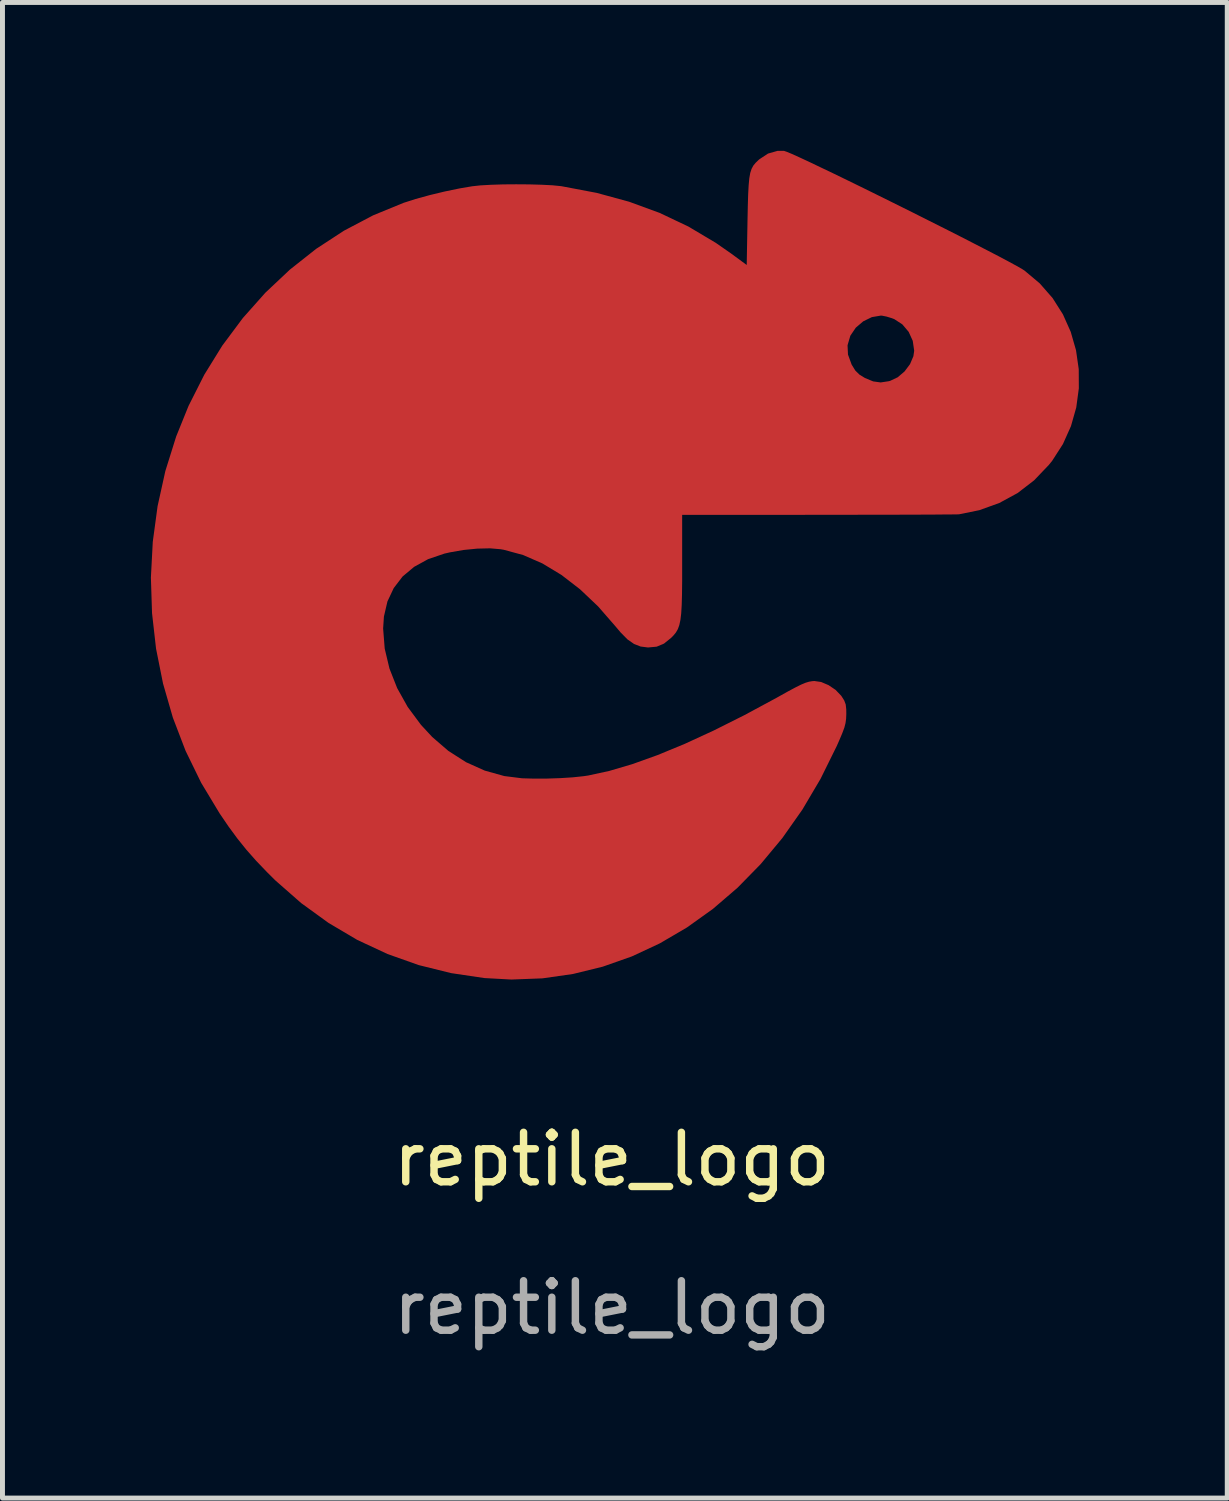
<source format=kicad_pcb>
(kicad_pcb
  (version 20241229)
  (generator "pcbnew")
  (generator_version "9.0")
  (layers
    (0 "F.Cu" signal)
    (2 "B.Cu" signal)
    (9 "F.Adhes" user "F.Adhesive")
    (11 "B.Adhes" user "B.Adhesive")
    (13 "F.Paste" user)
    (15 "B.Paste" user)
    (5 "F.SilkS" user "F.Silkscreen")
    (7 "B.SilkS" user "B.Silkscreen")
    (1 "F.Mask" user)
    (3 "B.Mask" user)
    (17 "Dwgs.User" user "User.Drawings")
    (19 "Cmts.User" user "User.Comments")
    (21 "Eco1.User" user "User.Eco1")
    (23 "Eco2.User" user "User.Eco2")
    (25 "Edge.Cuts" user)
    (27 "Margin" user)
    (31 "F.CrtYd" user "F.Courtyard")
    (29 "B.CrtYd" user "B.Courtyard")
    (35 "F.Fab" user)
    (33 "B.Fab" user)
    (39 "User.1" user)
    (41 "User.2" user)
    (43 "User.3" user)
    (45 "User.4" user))
  (footprint "reptile_logo"
    (layer "F.Cu")
    (at 9.318 20.882)
    (property "Reference" "reptile_logo" (at 0 -0.5 0) (unlocked yes) (layer "F.SilkS") (effects (font (size 1 1) (thickness 0.15))))
    (attr smd)
    (fp_poly (pts (xy 3.48 -20.882) (xy 3.533 -20.864) (xy 3.64 -20.82) (xy 3.794 -20.75) (xy 3.99 -20.659) (xy 4.222 -20.548) (xy 4.486 -20.422) (xy 4.774 -20.282) (xy 5.083 -20.131) (xy 5.405 -19.972) (xy 5.736 -19.808) (xy 6.07 -19.642) (xy 6.402 -19.475) (xy 6.725 -19.313) (xy 7.035 -19.156) (xy 7.325 -19.007) (xy 7.591 -18.87) (xy 7.826 -18.748) (xy 8.025 -18.642) (xy 8.183 -18.556) (xy 8.293 -18.493) (xy 8.341 -18.462) (xy 8.648 -18.204) (xy 8.907 -17.908) (xy 9.116 -17.579) (xy 9.274 -17.225) (xy 9.381 -16.853) (xy 9.436 -16.47) (xy 9.438 -16.082) (xy 9.386 -15.696) (xy 9.279 -15.319) (xy 9.117 -14.957) (xy 8.899 -14.618) (xy 8.833 -14.536) (xy 8.534 -14.223) (xy 8.2 -13.966) (xy 7.83 -13.765) (xy 7.427 -13.62) (xy 7.019 -13.537) (xy 6.976 -13.535) (xy 6.873 -13.534) (xy 6.713 -13.533) (xy 6.502 -13.531) (xy 6.246 -13.53) (xy 5.948 -13.529) (xy 5.614 -13.528) (xy 5.248 -13.528) (xy 4.857 -13.527) (xy 4.444 -13.527) (xy 4.187 -13.526) (xy 1.42 -13.525) (xy 1.42 -12.507) (xy 1.42 -12.183) (xy 1.417 -11.918) (xy 1.411 -11.704) (xy 1.401 -11.534) (xy 1.385 -11.401) (xy 1.363 -11.298) (xy 1.333 -11.216) (xy 1.295 -11.149) (xy 1.246 -11.089) (xy 1.198 -11.04) (xy 1.053 -10.923) (xy 0.905 -10.861) (xy 0.733 -10.845) (xy 0.728 -10.845) (xy 0.58 -10.864) (xy 0.447 -10.916) (xy 0.315 -11.008) (xy 0.176 -11.149) (xy 0.073 -11.271) (xy -0.278 -11.674) (xy -0.644 -12.021) (xy -1.02 -12.311) (xy -1.404 -12.543) (xy -1.793 -12.713) (xy -2.183 -12.819) (xy -2.251 -12.831) (xy -2.465 -12.849) (xy -2.721 -12.843) (xy -2.996 -12.816) (xy -3.272 -12.768) (xy -3.386 -12.742) (xy -3.715 -12.63) (xy -3.997 -12.475) (xy -4.23 -12.28) (xy -4.41 -12.045) (xy -4.537 -11.775) (xy -4.608 -11.47) (xy -4.624 -11.228) (xy -4.592 -10.822) (xy -4.496 -10.419) (xy -4.34 -10.023) (xy -4.127 -9.642) (xy -3.859 -9.281) (xy -3.632 -9.036) (xy -3.305 -8.754) (xy -2.948 -8.526) (xy -2.57 -8.356) (xy -2.175 -8.246) (xy -1.817 -8.201) (xy -1.577 -8.194) (xy -1.312 -8.195) (xy -1.044 -8.204) (xy -0.792 -8.22) (xy -0.575 -8.243) (xy -0.479 -8.257) (xy -0.055 -8.349) (xy 0.413 -8.487) (xy 0.923 -8.67) (xy 1.471 -8.896) (xy 2.057 -9.166) (xy 2.676 -9.476) (xy 3.327 -9.827) (xy 3.359 -9.845) (xy 3.558 -9.956) (xy 3.709 -10.037) (xy 3.824 -10.094) (xy 3.912 -10.131) (xy 3.984 -10.153) (xy 4.05 -10.164) (xy 4.092 -10.167) (xy 4.23 -10.147) (xy 4.38 -10.083) (xy 4.522 -9.987) (xy 4.635 -9.869) (xy 4.64 -9.862) (xy 4.696 -9.774) (xy 4.726 -9.693) (xy 4.737 -9.594) (xy 4.738 -9.5) (xy 4.734 -9.404) (xy 4.722 -9.316) (xy 4.698 -9.223) (xy 4.655 -9.108) (xy 4.591 -8.957) (xy 4.545 -8.853) (xy 4.217 -8.189) (xy 3.85 -7.568) (xy 3.446 -6.994) (xy 3.008 -6.467) (xy 2.539 -5.988) (xy 2.042 -5.561) (xy 1.518 -5.186) (xy 0.97 -4.865) (xy 0.402 -4.6) (xy -0.185 -4.393) (xy -0.788 -4.245) (xy -1.404 -4.157) (xy -2.031 -4.133) (xy -2.578 -4.163) (xy -3.251 -4.263) (xy -3.904 -4.425) (xy -4.536 -4.649) (xy -5.145 -4.933) (xy -5.727 -5.277) (xy -6.28 -5.678) (xy -6.803 -6.137) (xy -6.967 -6.3) (xy -7.194 -6.537) (xy -7.389 -6.758) (xy -7.569 -6.982) (xy -7.75 -7.228) (xy -7.929 -7.491) (xy -8.302 -8.11) (xy -8.617 -8.756) (xy -8.874 -9.427) (xy -9.073 -10.117) (xy -9.214 -10.822) (xy -9.295 -11.538) (xy -9.318 -12.259) (xy -9.28 -12.981) (xy -9.183 -13.7) (xy -9.026 -14.411) (xy -8.807 -15.11) (xy -8.557 -15.728) (xy -8.24 -16.356) (xy -7.874 -16.948) (xy -7.87 -16.953) (xy 4.763 -16.953) (xy 4.772 -16.765) (xy 4.844 -16.568) (xy 4.848 -16.559) (xy 4.921 -16.441) (xy 5.005 -16.359) (xy 5.116 -16.291) (xy 5.281 -16.223) (xy 5.432 -16.202) (xy 5.598 -16.227) (xy 5.624 -16.234) (xy 5.778 -16.307) (xy 5.916 -16.425) (xy 6.026 -16.572) (xy 6.094 -16.732) (xy 6.11 -16.843) (xy 6.081 -17.043) (xy 5.998 -17.225) (xy 5.87 -17.376) (xy 5.707 -17.482) (xy 5.657 -17.501) (xy 5.552 -17.533) (xy 5.463 -17.551) (xy 5.436 -17.553) (xy 5.254 -17.522) (xy 5.08 -17.437) (xy 4.93 -17.309) (xy 4.822 -17.15) (xy 4.818 -17.141) (xy 4.763 -16.953) (xy -7.87 -16.953) (xy -7.46 -17.503) (xy -7.004 -18.016) (xy -6.508 -18.483) (xy -5.978 -18.902) (xy -5.416 -19.269) (xy -4.825 -19.58) (xy -4.211 -19.832) (xy -3.967 -19.91) (xy -3.68 -19.989) (xy -3.376 -20.062) (xy -3.077 -20.124) (xy -2.824 -20.167) (xy -2.658 -20.185) (xy -2.444 -20.197) (xy -2.197 -20.205) (xy -1.934 -20.207) (xy -1.67 -20.205) (xy -1.421 -20.198) (xy -1.203 -20.187) (xy -1.032 -20.17) (xy -1.007 -20.166) (xy -0.306 -20.033) (xy 0.35 -19.854) (xy 0.967 -19.628) (xy 1.548 -19.352) (xy 2.099 -19.024) (xy 2.411 -18.807) (xy 2.725 -18.576) (xy 2.741 -19.477) (xy 2.747 -19.768) (xy 2.754 -20.001) (xy 2.764 -20.185) (xy 2.777 -20.327) (xy 2.796 -20.435) (xy 2.823 -20.518) (xy 2.858 -20.584) (xy 2.904 -20.64) (xy 2.962 -20.696) (xy 2.981 -20.713) (xy 3.156 -20.828) (xy 3.346 -20.882)) (stroke (width 0) (type solid)) (fill yes) (layer "F.Cu"))
    (fp_poly (pts (xy 3.48 -20.882) (xy 3.533 -20.864) (xy 3.64 -20.82) (xy 3.794 -20.75) (xy 3.99 -20.659) (xy 4.222 -20.548) (xy 4.486 -20.422) (xy 4.774 -20.282) (xy 5.083 -20.131) (xy 5.405 -19.972) (xy 5.736 -19.808) (xy 6.07 -19.642) (xy 6.402 -19.475) (xy 6.725 -19.313) (xy 7.035 -19.156) (xy 7.325 -19.007) (xy 7.591 -18.87) (xy 7.826 -18.748) (xy 8.025 -18.642) (xy 8.183 -18.556) (xy 8.293 -18.493) (xy 8.341 -18.462) (xy 8.648 -18.204) (xy 8.907 -17.908) (xy 9.116 -17.579) (xy 9.274 -17.225) (xy 9.381 -16.853) (xy 9.436 -16.47) (xy 9.438 -16.082) (xy 9.386 -15.696) (xy 9.279 -15.319) (xy 9.117 -14.957) (xy 8.899 -14.618) (xy 8.833 -14.536) (xy 8.534 -14.223) (xy 8.2 -13.966) (xy 7.83 -13.765) (xy 7.427 -13.62) (xy 7.019 -13.537) (xy 6.976 -13.535) (xy 6.873 -13.534) (xy 6.713 -13.533) (xy 6.502 -13.531) (xy 6.246 -13.53) (xy 5.948 -13.529) (xy 5.614 -13.528) (xy 5.248 -13.528) (xy 4.857 -13.527) (xy 4.444 -13.527) (xy 4.187 -13.526) (xy 1.42 -13.525) (xy 1.42 -12.507) (xy 1.42 -12.183) (xy 1.417 -11.918) (xy 1.411 -11.704) (xy 1.401 -11.534) (xy 1.385 -11.401) (xy 1.363 -11.298) (xy 1.333 -11.216) (xy 1.295 -11.149) (xy 1.246 -11.089) (xy 1.198 -11.04) (xy 1.053 -10.923) (xy 0.905 -10.861) (xy 0.733 -10.845) (xy 0.728 -10.845) (xy 0.58 -10.864) (xy 0.447 -10.916) (xy 0.315 -11.008) (xy 0.176 -11.149) (xy 0.073 -11.271) (xy -0.278 -11.674) (xy -0.644 -12.021) (xy -1.02 -12.311) (xy -1.404 -12.543) (xy -1.793 -12.713) (xy -2.183 -12.819) (xy -2.251 -12.831) (xy -2.465 -12.849) (xy -2.721 -12.843) (xy -2.996 -12.816) (xy -3.272 -12.768) (xy -3.386 -12.742) (xy -3.715 -12.63) (xy -3.997 -12.475) (xy -4.23 -12.28) (xy -4.41 -12.045) (xy -4.537 -11.775) (xy -4.608 -11.47) (xy -4.624 -11.228) (xy -4.592 -10.822) (xy -4.496 -10.419) (xy -4.34 -10.023) (xy -4.127 -9.642) (xy -3.859 -9.281) (xy -3.632 -9.036) (xy -3.305 -8.754) (xy -2.948 -8.526) (xy -2.57 -8.356) (xy -2.175 -8.246) (xy -1.817 -8.201) (xy -1.577 -8.194) (xy -1.312 -8.195) (xy -1.044 -8.204) (xy -0.792 -8.22) (xy -0.575 -8.243) (xy -0.479 -8.257) (xy -0.055 -8.349) (xy 0.413 -8.487) (xy 0.923 -8.67) (xy 1.471 -8.896) (xy 2.057 -9.166) (xy 2.676 -9.476) (xy 3.327 -9.827) (xy 3.359 -9.845) (xy 3.558 -9.956) (xy 3.709 -10.037) (xy 3.824 -10.094) (xy 3.912 -10.131) (xy 3.984 -10.153) (xy 4.05 -10.164) (xy 4.092 -10.167) (xy 4.23 -10.147) (xy 4.38 -10.083) (xy 4.522 -9.987) (xy 4.635 -9.869) (xy 4.64 -9.862) (xy 4.696 -9.774) (xy 4.726 -9.693) (xy 4.737 -9.594) (xy 4.738 -9.5) (xy 4.734 -9.404) (xy 4.722 -9.316) (xy 4.698 -9.223) (xy 4.655 -9.108) (xy 4.591 -8.957) (xy 4.545 -8.853) (xy 4.217 -8.189) (xy 3.85 -7.568) (xy 3.446 -6.994) (xy 3.008 -6.467) (xy 2.539 -5.988) (xy 2.042 -5.561) (xy 1.518 -5.186) (xy 0.97 -4.865) (xy 0.402 -4.6) (xy -0.185 -4.393) (xy -0.788 -4.245) (xy -1.404 -4.157) (xy -2.031 -4.133) (xy -2.578 -4.163) (xy -3.251 -4.263) (xy -3.904 -4.425) (xy -4.536 -4.649) (xy -5.145 -4.933) (xy -5.727 -5.277) (xy -6.28 -5.678) (xy -6.803 -6.137) (xy -6.967 -6.3) (xy -7.194 -6.537) (xy -7.389 -6.758) (xy -7.569 -6.982) (xy -7.75 -7.228) (xy -7.929 -7.491) (xy -8.302 -8.11) (xy -8.617 -8.756) (xy -8.874 -9.427) (xy -9.073 -10.117) (xy -9.214 -10.822) (xy -9.295 -11.538) (xy -9.318 -12.259) (xy -9.28 -12.981) (xy -9.183 -13.7) (xy -9.026 -14.411) (xy -8.807 -15.11) (xy -8.557 -15.728) (xy -8.24 -16.356) (xy -7.874 -16.948) (xy -7.87 -16.953) (xy 4.763 -16.953) (xy 4.772 -16.765) (xy 4.844 -16.568) (xy 4.848 -16.559) (xy 4.921 -16.441) (xy 5.005 -16.359) (xy 5.116 -16.291) (xy 5.281 -16.223) (xy 5.432 -16.202) (xy 5.598 -16.227) (xy 5.624 -16.234) (xy 5.778 -16.307) (xy 5.916 -16.425) (xy 6.026 -16.572) (xy 6.094 -16.732) (xy 6.11 -16.843) (xy 6.081 -17.043) (xy 5.998 -17.225) (xy 5.87 -17.376) (xy 5.707 -17.482) (xy 5.657 -17.501) (xy 5.552 -17.533) (xy 5.463 -17.551) (xy 5.436 -17.553) (xy 5.254 -17.522) (xy 5.08 -17.437) (xy 4.93 -17.309) (xy 4.822 -17.15) (xy 4.818 -17.141) (xy 4.763 -16.953) (xy -7.87 -16.953) (xy -7.46 -17.503) (xy -7.004 -18.016) (xy -6.508 -18.483) (xy -5.978 -18.902) (xy -5.416 -19.269) (xy -4.825 -19.58) (xy -4.211 -19.832) (xy -3.967 -19.91) (xy -3.68 -19.989) (xy -3.376 -20.062) (xy -3.077 -20.124) (xy -2.824 -20.167) (xy -2.658 -20.185) (xy -2.444 -20.197) (xy -2.197 -20.205) (xy -1.934 -20.207) (xy -1.67 -20.205) (xy -1.421 -20.198) (xy -1.203 -20.187) (xy -1.032 -20.17) (xy -1.007 -20.166) (xy -0.306 -20.033) (xy 0.35 -19.854) (xy 0.967 -19.628) (xy 1.548 -19.352) (xy 2.099 -19.024) (xy 2.411 -18.807) (xy 2.725 -18.576) (xy 2.741 -19.477) (xy 2.747 -19.768) (xy 2.754 -20.001) (xy 2.764 -20.185) (xy 2.777 -20.327) (xy 2.796 -20.435) (xy 2.823 -20.518) (xy 2.858 -20.584) (xy 2.904 -20.64) (xy 2.962 -20.696) (xy 2.981 -20.713) (xy 3.156 -20.828) (xy 3.346 -20.882)) (stroke (width 0) (type solid)) (fill yes) (layer "F.Mask"))
    (fp_text user "${REFERENCE}" (at 0 2.5 0) (unlocked yes) (layer "F.Fab") (effects (font (size 1 1) (thickness 0.15)))))
  (gr_rect
    (start -3 -3)
    (end 21.756 27.23)
    (stroke (width 0.1) (type default))
    (fill no)
    (layer "Edge.Cuts")))
</source>
